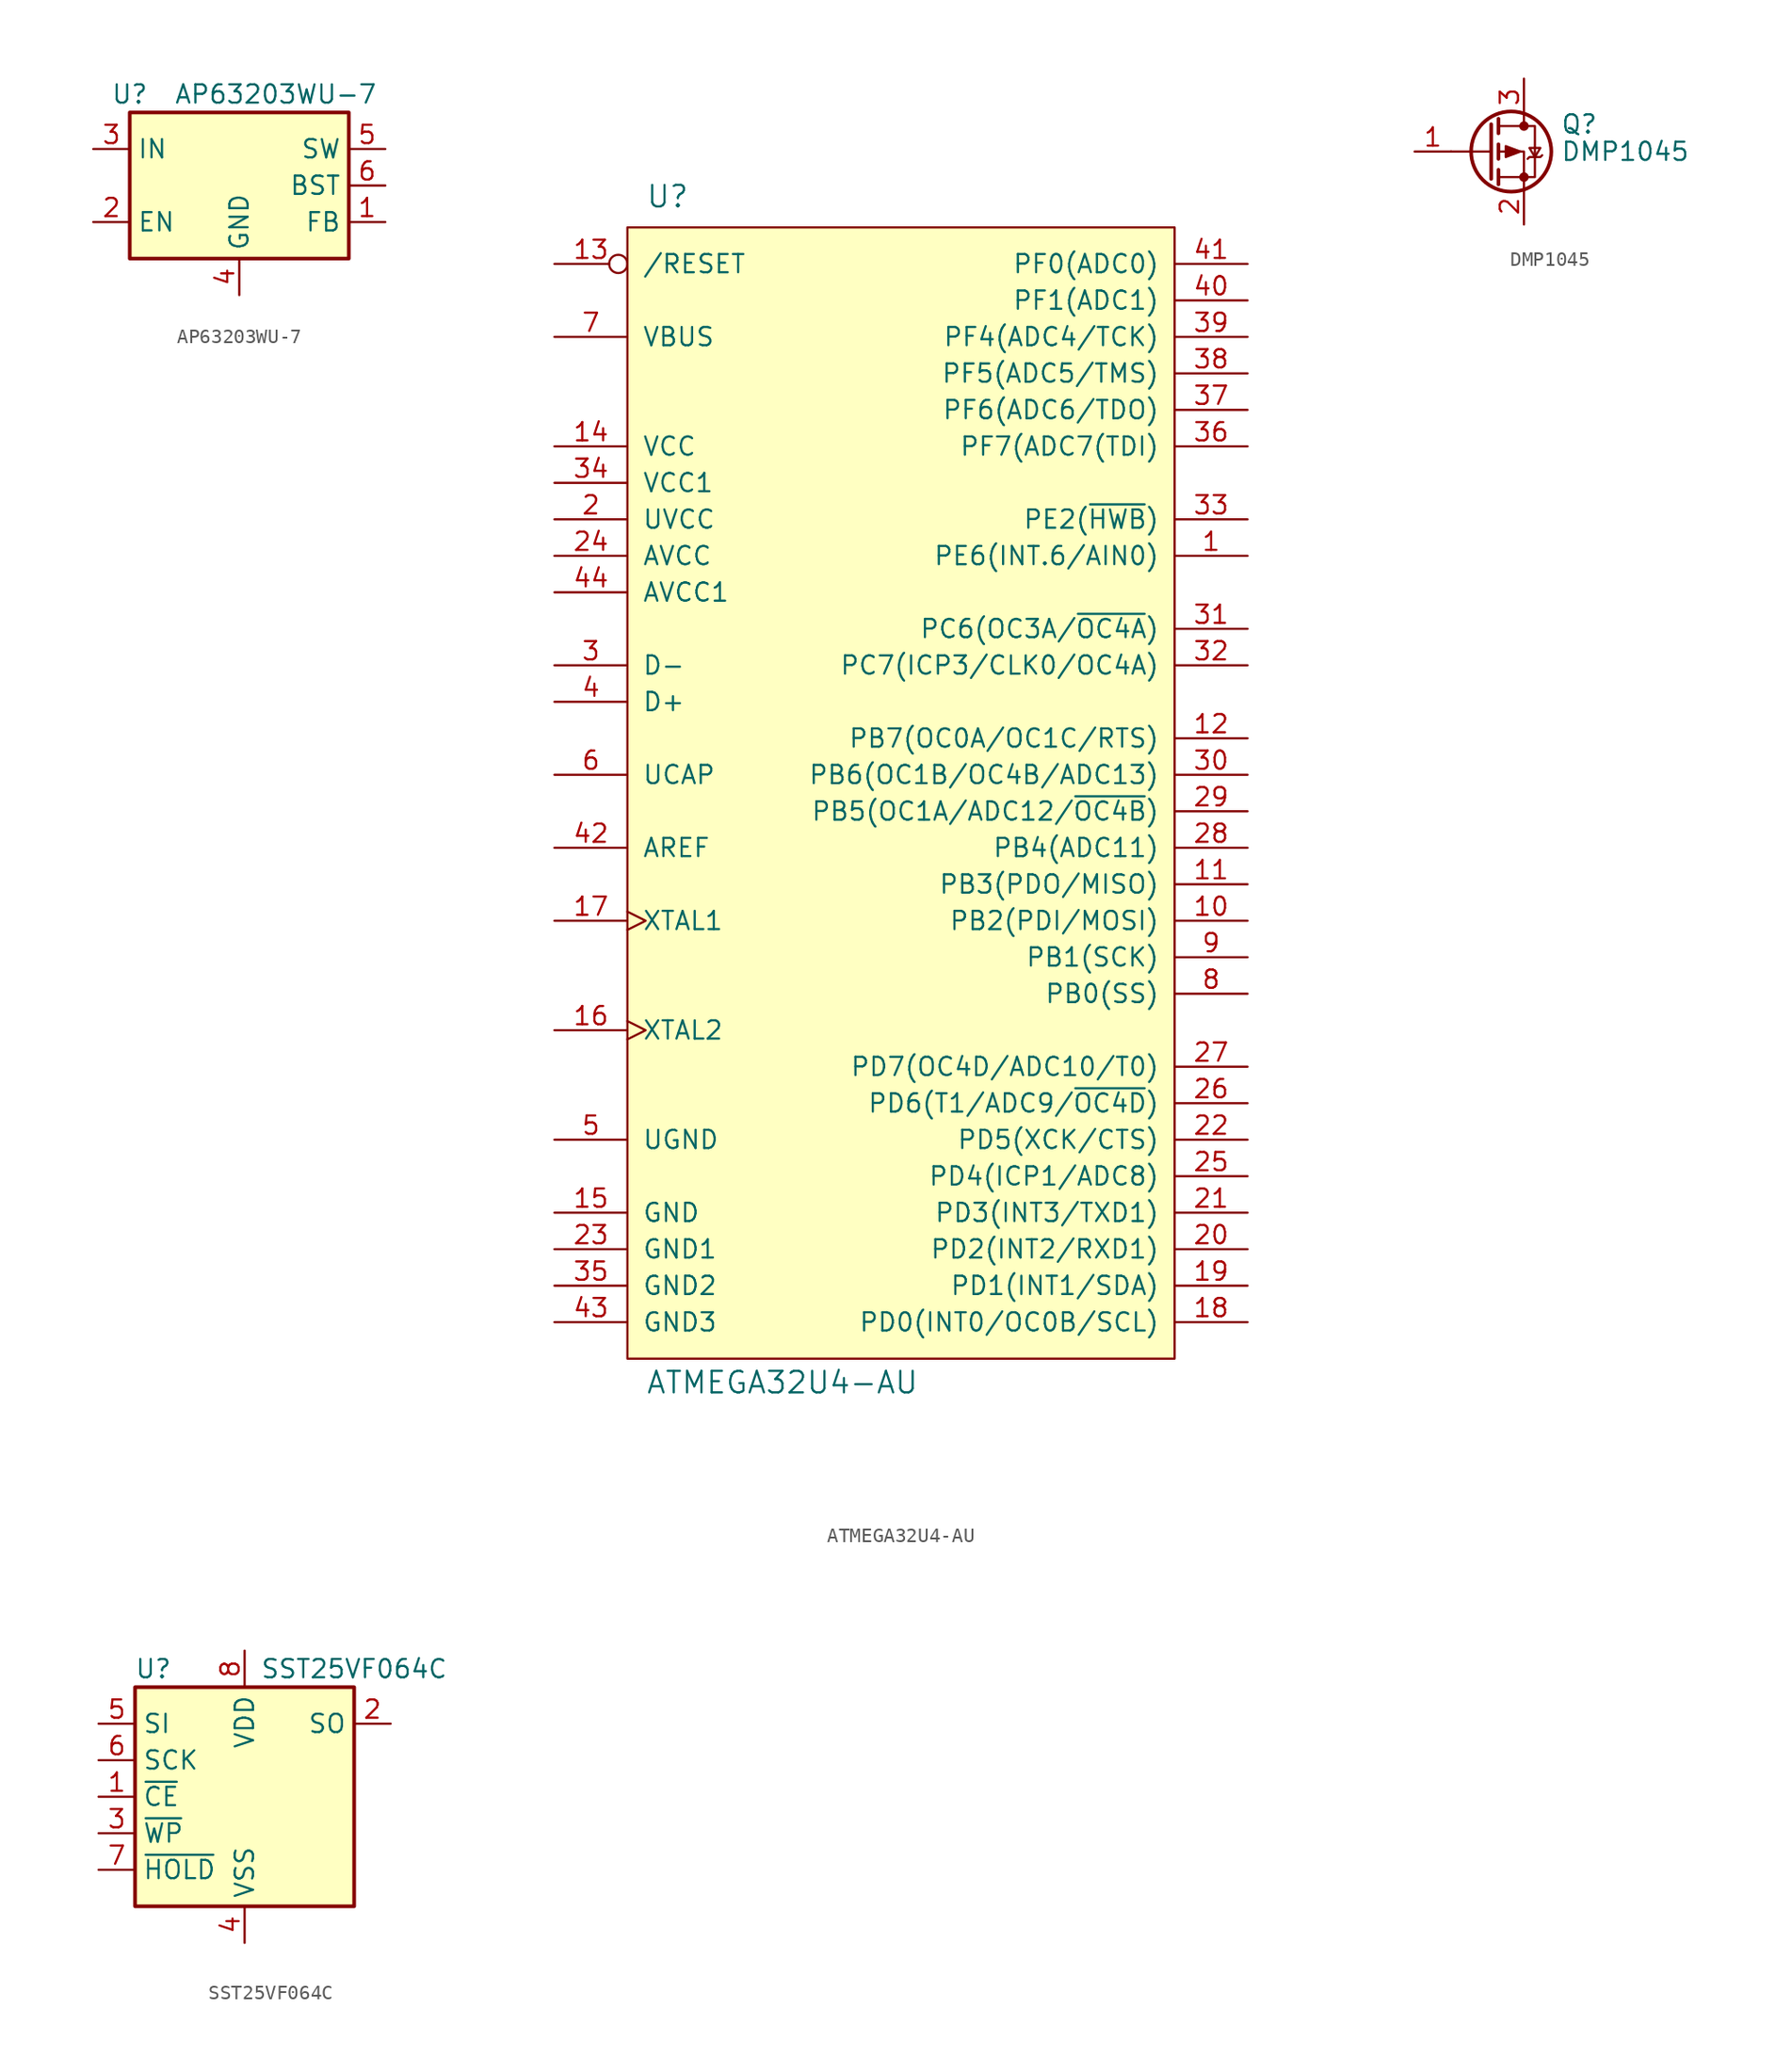
<source format=kicad_sym>
(kicad_symbol_lib
  (version 20211014)
  (generator kicad_symbol_editor)
  (symbol "AP63203WU-7"
    (property "Reference" "U"
      (at -7.62 6.35 0)
      (effects (font (size 1.27 1.27))))
    (property "Value" "AP63203WU-7"
      (at 2.54 6.35 0)
      (effects (font (size 1.27 1.27))))
    (symbol "AP63203WU-7_0_1"
      (rectangle (start -7.62 5.08) (end 7.62 -5.08) (stroke (width 0.254) (type default) (color 0 0 0 0)) (fill (type background))))
    (symbol "AP63203WU-7_1_1"
      (pin input line (at 10.16 -2.54 180) (length 2.54) (name "FB" (effects (font (size 1.27 1.27)))) (number "1" (effects (font (size 1.27 1.27)))))
      (pin input line (at -10.16 -2.54 0) (length 2.54) (name "EN" (effects (font (size 1.27 1.27)))) (number "2" (effects (font (size 1.27 1.27)))))
      (pin power_in line (at -10.16 2.54 0) (length 2.54) (name "IN" (effects (font (size 1.27 1.27)))) (number "3" (effects (font (size 1.27 1.27)))))
      (pin power_in line (at 0 -7.62 90) (length 2.54) (name "GND" (effects (font (size 1.27 1.27)))) (number "4" (effects (font (size 1.27 1.27)))))
      (pin output line (at 10.16 2.54 180) (length 2.54) (name "SW" (effects (font (size 1.27 1.27)))) (number "5" (effects (font (size 1.27 1.27)))))
      (pin passive line (at 10.16 0 180) (length 2.54) (name "BST" (effects (font (size 1.27 1.27)))) (number "6" (effects (font (size 1.27 1.27)))))))
  (symbol "ATMEGA32U4-AU"
    (pin_names
      (offset 1.016))
    (property "Reference" "U"
      (at -16.51 46.99 0)
      (effects (font (size 1.499 1.499)) (justify left bottom)))
    (property "Value" "ATMEGA32U4-AU"
      (at -16.51 -35.56 0)
      (effects (font (size 1.499 1.499)) (justify left bottom)))
    (symbol "ATMEGA32U4-AU_1_0"
      (rectangle (start -17.78 45.72) (end 20.32 -33.02) (stroke (width 0) (type default) (color 0 0 0 0)) (fill (type background)))
      (pin bidirectional line (at 25.4 22.86 180) (length 5.08) (name "PE6(INT.6/AIN0)" (effects (font (size 1.27 1.27)))) (number "1" (effects (font (size 1.27 1.27)))))
      (pin bidirectional line (at 25.4 -2.54 180) (length 5.08) (name "PB2(PDI/MOSI)" (effects (font (size 1.27 1.27)))) (number "10" (effects (font (size 1.27 1.27)))))
      (pin bidirectional line (at 25.4 0 180) (length 5.08) (name "PB3(PDO/MISO)" (effects (font (size 1.27 1.27)))) (number "11" (effects (font (size 1.27 1.27)))))
      (pin bidirectional line (at 25.4 10.16 180) (length 5.08) (name "PB7(OC0A/OC1C/RTS)" (effects (font (size 1.27 1.27)))) (number "12" (effects (font (size 1.27 1.27)))))
      (pin input inverted (at -22.86 43.18 0) (length 5.08) (name "/RESET" (effects (font (size 1.27 1.27)))) (number "13" (effects (font (size 1.27 1.27)))))
      (pin power_in line (at -22.86 30.48 0) (length 5.08) (name "VCC" (effects (font (size 1.27 1.27)))) (number "14" (effects (font (size 1.27 1.27)))))
      (pin power_in line (at -22.86 -22.86 0) (length 5.08) (name "GND" (effects (font (size 1.27 1.27)))) (number "15" (effects (font (size 1.27 1.27)))))
      (pin output clock (at -22.86 -10.16 0) (length 5.08) (name "XTAL2" (effects (font (size 1.27 1.27)))) (number "16" (effects (font (size 1.27 1.27)))))
      (pin input clock (at -22.86 -2.54 0) (length 5.08) (name "XTAL1" (effects (font (size 1.27 1.27)))) (number "17" (effects (font (size 1.27 1.27)))))
      (pin bidirectional line (at 25.4 -30.48 180) (length 5.08) (name "PD0(INT0/OC0B/SCL)" (effects (font (size 1.27 1.27)))) (number "18" (effects (font (size 1.27 1.27)))))
      (pin bidirectional line (at 25.4 -27.94 180) (length 5.08) (name "PD1(INT1/SDA)" (effects (font (size 1.27 1.27)))) (number "19" (effects (font (size 1.27 1.27)))))
      (pin power_in line (at -22.86 25.4 0) (length 5.08) (name "UVCC" (effects (font (size 1.27 1.27)))) (number "2" (effects (font (size 1.27 1.27)))))
      (pin bidirectional line (at 25.4 -25.4 180) (length 5.08) (name "PD2(INT2/RXD1)" (effects (font (size 1.27 1.27)))) (number "20" (effects (font (size 1.27 1.27)))))
      (pin bidirectional line (at 25.4 -22.86 180) (length 5.08) (name "PD3(INT3/TXD1)" (effects (font (size 1.27 1.27)))) (number "21" (effects (font (size 1.27 1.27)))))
      (pin bidirectional line (at 25.4 -17.78 180) (length 5.08) (name "PD5(XCK/CTS)" (effects (font (size 1.27 1.27)))) (number "22" (effects (font (size 1.27 1.27)))))
      (pin power_in line (at -22.86 -25.4 0) (length 5.08) (name "GND1" (effects (font (size 1.27 1.27)))) (number "23" (effects (font (size 1.27 1.27)))))
      (pin power_in line (at -22.86 22.86 0) (length 5.08) (name "AVCC" (effects (font (size 1.27 1.27)))) (number "24" (effects (font (size 1.27 1.27)))))
      (pin bidirectional line (at 25.4 -20.32 180) (length 5.08) (name "PD4(ICP1/ADC8)" (effects (font (size 1.27 1.27)))) (number "25" (effects (font (size 1.27 1.27)))))
      (pin bidirectional line (at 25.4 -15.24 180) (length 5.08) (name "PD6(T1/ADC9/~{OC4D})" (effects (font (size 1.27 1.27)))) (number "26" (effects (font (size 1.27 1.27)))))
      (pin bidirectional line (at 25.4 -12.7 180) (length 5.08) (name "PD7(OC4D/ADC10/T0)" (effects (font (size 1.27 1.27)))) (number "27" (effects (font (size 1.27 1.27)))))
      (pin bidirectional line (at 25.4 2.54 180) (length 5.08) (name "PB4(ADC11)" (effects (font (size 1.27 1.27)))) (number "28" (effects (font (size 1.27 1.27)))))
      (pin bidirectional line (at 25.4 5.08 180) (length 5.08) (name "PB5(OC1A/ADC12/~{OC4B})" (effects (font (size 1.27 1.27)))) (number "29" (effects (font (size 1.27 1.27)))))
      (pin bidirectional line (at -22.86 15.24 0) (length 5.08) (name "D-" (effects (font (size 1.27 1.27)))) (number "3" (effects (font (size 1.27 1.27)))))
      (pin bidirectional line (at 25.4 7.62 180) (length 5.08) (name "PB6(OC1B/OC4B/ADC13)" (effects (font (size 1.27 1.27)))) (number "30" (effects (font (size 1.27 1.27)))))
      (pin bidirectional line (at 25.4 17.78 180) (length 5.08) (name "PC6(OC3A/~{OC4A})" (effects (font (size 1.27 1.27)))) (number "31" (effects (font (size 1.27 1.27)))))
      (pin bidirectional line (at 25.4 15.24 180) (length 5.08) (name "PC7(ICP3/CLK0/OC4A)" (effects (font (size 1.27 1.27)))) (number "32" (effects (font (size 1.27 1.27)))))
      (pin bidirectional line (at 25.4 25.4 180) (length 5.08) (name "PE2(~{HWB})" (effects (font (size 1.27 1.27)))) (number "33" (effects (font (size 1.27 1.27)))))
      (pin power_in line (at -22.86 27.94 0) (length 5.08) (name "VCC1" (effects (font (size 1.27 1.27)))) (number "34" (effects (font (size 1.27 1.27)))))
      (pin power_in line (at -22.86 -27.94 0) (length 5.08) (name "GND2" (effects (font (size 1.27 1.27)))) (number "35" (effects (font (size 1.27 1.27)))))
      (pin bidirectional line (at 25.4 30.48 180) (length 5.08) (name "PF7(ADC7(TDI)" (effects (font (size 1.27 1.27)))) (number "36" (effects (font (size 1.27 1.27)))))
      (pin bidirectional line (at 25.4 33.02 180) (length 5.08) (name "PF6(ADC6/TDO)" (effects (font (size 1.27 1.27)))) (number "37" (effects (font (size 1.27 1.27)))))
      (pin bidirectional line (at 25.4 35.56 180) (length 5.08) (name "PF5(ADC5/TMS)" (effects (font (size 1.27 1.27)))) (number "38" (effects (font (size 1.27 1.27)))))
      (pin bidirectional line (at 25.4 38.1 180) (length 5.08) (name "PF4(ADC4/TCK)" (effects (font (size 1.27 1.27)))) (number "39" (effects (font (size 1.27 1.27)))))
      (pin bidirectional line (at -22.86 12.7 0) (length 5.08) (name "D+" (effects (font (size 1.27 1.27)))) (number "4" (effects (font (size 1.27 1.27)))))
      (pin bidirectional line (at 25.4 40.64 180) (length 5.08) (name "PF1(ADC1)" (effects (font (size 1.27 1.27)))) (number "40" (effects (font (size 1.27 1.27)))))
      (pin bidirectional line (at 25.4 43.18 180) (length 5.08) (name "PF0(ADC0)" (effects (font (size 1.27 1.27)))) (number "41" (effects (font (size 1.27 1.27)))))
      (pin input line (at -22.86 2.54 0) (length 5.08) (name "AREF" (effects (font (size 1.27 1.27)))) (number "42" (effects (font (size 1.27 1.27)))))
      (pin power_in line (at -22.86 -30.48 0) (length 5.08) (name "GND3" (effects (font (size 1.27 1.27)))) (number "43" (effects (font (size 1.27 1.27)))))
      (pin power_in line (at -22.86 20.32 0) (length 5.08) (name "AVCC1" (effects (font (size 1.27 1.27)))) (number "44" (effects (font (size 1.27 1.27)))))
      (pin power_in line (at -22.86 -17.78 0) (length 5.08) (name "UGND" (effects (font (size 1.27 1.27)))) (number "5" (effects (font (size 1.27 1.27)))))
      (pin output line (at -22.86 7.62 0) (length 5.08) (name "UCAP" (effects (font (size 1.27 1.27)))) (number "6" (effects (font (size 1.27 1.27)))))
      (pin power_in line (at -22.86 38.1 0) (length 5.08) (name "VBUS" (effects (font (size 1.27 1.27)))) (number "7" (effects (font (size 1.27 1.27)))))
      (pin bidirectional line (at 25.4 -7.62 180) (length 5.08) (name "PB0(SS)" (effects (font (size 1.27 1.27)))) (number "8" (effects (font (size 1.27 1.27)))))
      (pin bidirectional line (at 25.4 -5.08 180) (length 5.08) (name "PB1(SCK)" (effects (font (size 1.27 1.27)))) (number "9" (effects (font (size 1.27 1.27)))))))
  (symbol "DMP1045"
    (pin_names hide)
    (property "Reference" "Q"
      (at 5.08 1.905 0)
      (effects (font (size 1.27 1.27)) (justify left)))
    (property "Value" "DMP1045"
      (at 5.08 0 0)
      (effects (font (size 1.27 1.27)) (justify left)))
    (symbol "DMP1045_0_1"
      (polyline (pts (xy 0.254 0) (xy -2.54 0)) (stroke (width 0) (type default) (color 0 0 0 0)) (fill (type none)))
      (polyline (pts (xy 0.254 1.905) (xy 0.254 -1.905)) (stroke (width 0.254) (type default) (color 0 0 0 0)) (fill (type none)))
      (polyline (pts (xy 0.762 -1.27) (xy 0.762 -2.286)) (stroke (width 0.254) (type default) (color 0 0 0 0)) (fill (type none)))
      (polyline (pts (xy 0.762 0.508) (xy 0.762 -0.508)) (stroke (width 0.254) (type default) (color 0 0 0 0)) (fill (type none)))
      (polyline (pts (xy 0.762 2.286) (xy 0.762 1.27)) (stroke (width 0.254) (type default) (color 0 0 0 0)) (fill (type none)))
      (polyline (pts (xy 2.54 2.54) (xy 2.54 1.778)) (stroke (width 0) (type default) (color 0 0 0 0)) (fill (type none)))
      (polyline (pts (xy 2.54 -2.54) (xy 2.54 0) (xy 0.762 0)) (stroke (width 0) (type default) (color 0 0 0 0)) (fill (type none)))
      (polyline (pts (xy 0.762 1.778) (xy 3.302 1.778) (xy 3.302 -1.778) (xy 0.762 -1.778)) (stroke (width 0) (type default) (color 0 0 0 0)) (fill (type none)))
      (polyline (pts (xy 2.286 0) (xy 1.27 0.381) (xy 1.27 -0.381) (xy 2.286 0)) (stroke (width 0) (type default) (color 0 0 0 0)) (fill (type outline)))
      (polyline (pts (xy 2.794 -0.508) (xy 2.921 -0.381) (xy 3.683 -0.381) (xy 3.81 -0.254)) (stroke (width 0) (type default) (color 0 0 0 0)) (fill (type none)))
      (polyline (pts (xy 3.302 -0.381) (xy 2.921 0.254) (xy 3.683 0.254) (xy 3.302 -0.381)) (stroke (width 0) (type default) (color 0 0 0 0)) (fill (type none)))
      (circle (center 1.651 0) (radius 2.794) (stroke (width 0.254) (type default) (color 0 0 0 0)) (fill (type none)))
      (circle (center 2.54 -1.778) (radius 0.254) (stroke (width 0) (type default) (color 0 0 0 0)) (fill (type outline)))
      (circle (center 2.54 1.778) (radius 0.254) (stroke (width 0) (type default) (color 0 0 0 0)) (fill (type outline))))
    (symbol "DMP1045_1_1"
      (pin input line (at -5.08 0 0) (length 2.54) (name "G" (effects (font (size 1.27 1.27)))) (number "1" (effects (font (size 1.27 1.27)))))
      (pin passive line (at 2.54 -5.08 90) (length 2.54) (name "S" (effects (font (size 1.27 1.27)))) (number "2" (effects (font (size 1.27 1.27)))))
      (pin passive line (at 2.54 5.08 270) (length 2.54) (name "D" (effects (font (size 1.27 1.27)))) (number "3" (effects (font (size 1.27 1.27)))))))
  (symbol "SST25VF064C"
    (property "Reference" "U"
      (at -6.35 8.89 0)
      (effects (font (size 1.27 1.27))))
    (property "Value" "SST25VF064C"
      (at 7.62 8.89 0)
      (effects (font (size 1.27 1.27))))
    (symbol "SST25VF064C_1_1"
      (rectangle (start -7.62 7.62) (end 7.62 -7.62) (stroke (width 0.254) (type default) (color 0 0 0 0)) (fill (type background)))
      (pin input line (at -10.16 0 0) (length 2.54) (name "~{CE}" (effects (font (size 1.27 1.27)))) (number "1" (effects (font (size 1.27 1.27)))))
      (pin output line (at 10.16 5.08 180) (length 2.54) (name "SO" (effects (font (size 1.27 1.27)))) (number "2" (effects (font (size 1.27 1.27)))))
      (pin input line (at -10.16 -2.54 0) (length 2.54) (name "~{WP}" (effects (font (size 1.27 1.27)))) (number "3" (effects (font (size 1.27 1.27)))))
      (pin power_in line (at 0 -10.16 90) (length 2.54) (name "VSS" (effects (font (size 1.27 1.27)))) (number "4" (effects (font (size 1.27 1.27)))))
      (pin input line (at -10.16 5.08 0) (length 2.54) (name "SI" (effects (font (size 1.27 1.27)))) (number "5" (effects (font (size 1.27 1.27)))))
      (pin input line (at -10.16 2.54 0) (length 2.54) (name "SCK" (effects (font (size 1.27 1.27)))) (number "6" (effects (font (size 1.27 1.27)))))
      (pin input line (at -10.16 -5.08 0) (length 2.54) (name "~{HOLD}" (effects (font (size 1.27 1.27)))) (number "7" (effects (font (size 1.27 1.27)))))
      (pin power_in line (at 0 10.16 270) (length 2.54) (name "VDD" (effects (font (size 1.27 1.27)))) (number "8" (effects (font (size 1.27 1.27))))))))
</source>
